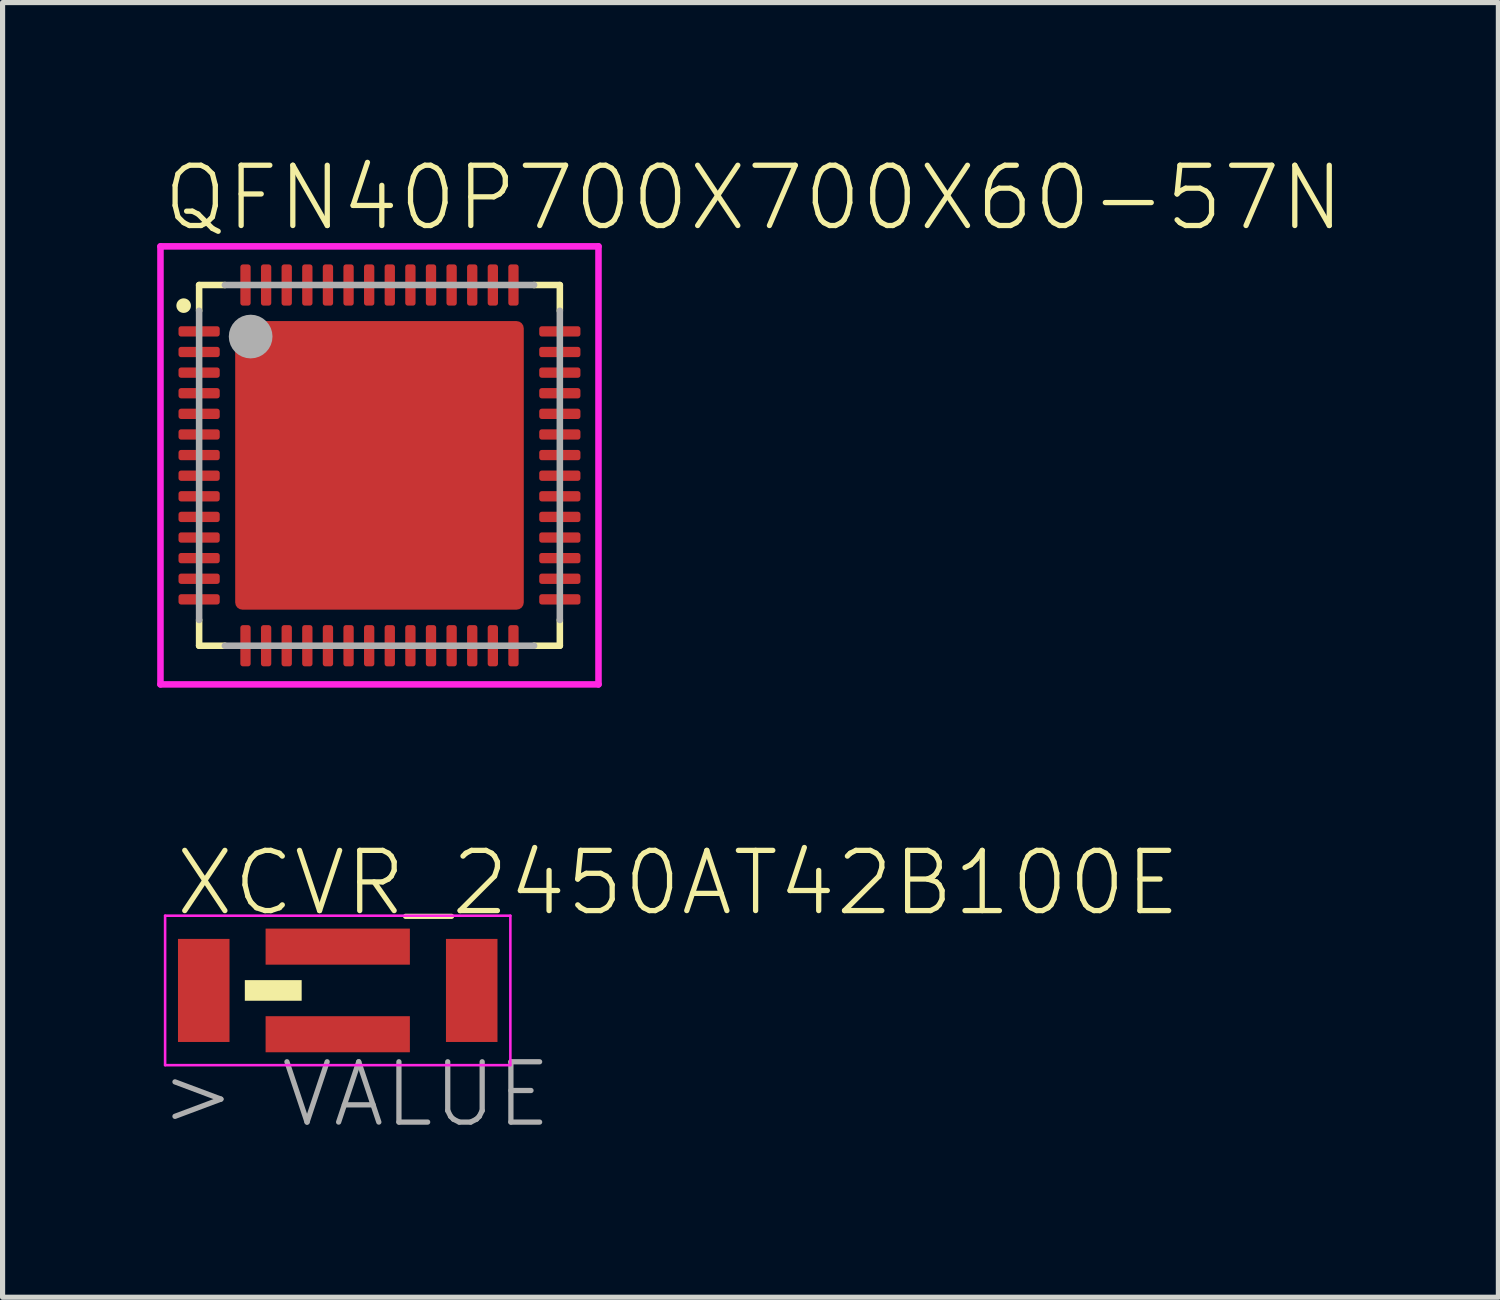
<source format=kicad_pcb>
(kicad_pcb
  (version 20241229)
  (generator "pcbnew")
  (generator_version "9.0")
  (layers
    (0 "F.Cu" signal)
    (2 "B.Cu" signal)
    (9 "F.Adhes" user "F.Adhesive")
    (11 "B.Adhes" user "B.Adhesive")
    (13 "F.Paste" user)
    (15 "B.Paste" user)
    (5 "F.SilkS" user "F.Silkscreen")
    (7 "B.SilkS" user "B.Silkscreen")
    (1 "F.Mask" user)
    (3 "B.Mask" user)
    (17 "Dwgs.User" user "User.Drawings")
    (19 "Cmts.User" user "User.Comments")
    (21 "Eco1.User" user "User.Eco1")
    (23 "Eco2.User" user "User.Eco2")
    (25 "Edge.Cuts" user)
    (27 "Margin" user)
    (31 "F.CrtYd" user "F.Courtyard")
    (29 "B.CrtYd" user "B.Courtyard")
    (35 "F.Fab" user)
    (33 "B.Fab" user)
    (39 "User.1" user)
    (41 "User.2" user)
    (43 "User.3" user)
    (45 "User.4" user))
  (footprint "QFN40P700X700X60-57N"
    (layer "F.Cu")
    (at 4.314 5.981)
    (property "Reference" "QFN40P700X700X60-57N" (at -4.256 -4.506 0) (layer "F.SilkS") (effects (font (size 1.17 1.17) (thickness 0.102)) (justify left bottom)))
    (fp_poly (pts (xy -3.957 1.553) (xy -3.05 1.553) (xy -3.05 1.25) (xy -3.957 1.25)) (stroke (width 0) (type default)) (fill yes) (layer "F.Mask"))
    (fp_poly (pts (xy -3.957 -0.451) (xy -3.05 -0.451) (xy -3.05 -0.75) (xy -3.957 -0.75)) (stroke (width 0) (type default)) (fill yes) (layer "F.Mask"))
    (fp_poly (pts (xy -3.957 -1.653) (xy -3.05 -1.653) (xy -3.05 -1.95) (xy -3.957 -1.95)) (stroke (width 0) (type default)) (fill yes) (layer "F.Mask"))
    (fp_poly (pts (xy -3.956 0.751) (xy -3.05 0.751) (xy -3.05 0.45) (xy -3.956 0.45)) (stroke (width 0) (type default)) (fill yes) (layer "F.Mask"))
    (fp_poly (pts (xy -3.956 -2.053) (xy -3.05 -2.053) (xy -3.05 -2.35) (xy -3.956 -2.35)) (stroke (width 0) (type default)) (fill yes) (layer "F.Mask"))
    (fp_poly (pts (xy -3.956 -0.851) (xy -3.05 -0.851) (xy -3.05 -1.15) (xy -3.956 -1.15)) (stroke (width 0) (type default)) (fill yes) (layer "F.Mask"))
    (fp_poly (pts (xy -3.956 -2.453) (xy -3.05 -2.453) (xy -3.05 -2.75) (xy -3.956 -2.75)) (stroke (width 0) (type default)) (fill yes) (layer "F.Mask"))
    (fp_poly (pts (xy -3.954 -0.05) (xy -3.05 -0.05) (xy -3.05 -0.35) (xy -3.954 -0.35)) (stroke (width 0) (type default)) (fill yes) (layer "F.Mask"))
    (fp_poly (pts (xy -3.954 0.35) (xy -3.05 0.35) (xy -3.05 0.05) (xy -3.954 0.05)) (stroke (width 0) (type default)) (fill yes) (layer "F.Mask"))
    (fp_poly (pts (xy -3.954 2.753) (xy -3.05 2.753) (xy -3.05 2.45) (xy -3.954 2.45)) (stroke (width 0) (type default)) (fill yes) (layer "F.Mask"))
    (fp_poly (pts (xy -3.953 1.952) (xy -3.05 1.952) (xy -3.05 1.65) (xy -3.953 1.65)) (stroke (width 0) (type default)) (fill yes) (layer "F.Mask"))
    (fp_poly (pts (xy -3.953 2.352) (xy -3.05 2.352) (xy -3.05 2.05) (xy -3.953 2.05)) (stroke (width 0) (type default)) (fill yes) (layer "F.Mask"))
    (fp_poly (pts (xy -3.952 -1.251) (xy -3.05 -1.251) (xy -3.05 -1.55) (xy -3.952 -1.55)) (stroke (width 0) (type default)) (fill yes) (layer "F.Mask"))
    (fp_poly (pts (xy -3.951 1.15) (xy -3.05 1.15) (xy -3.05 0.85) (xy -3.951 0.85)) (stroke (width 0) (type default)) (fill yes) (layer "F.Mask"))
    (fp_poly (pts (xy -2.453 -3.05) (xy -2.453 -3.953) (xy -2.75 -3.953) (xy -2.75 -3.05)) (stroke (width 0) (type default)) (fill yes) (layer "F.Mask"))
    (fp_poly (pts (xy -2.45 3.951) (xy -2.45 3.05) (xy -2.751 3.05) (xy -2.751 3.951)) (stroke (width 0) (type default)) (fill yes) (layer "F.Mask"))
    (fp_poly (pts (xy -2.052 -3.05) (xy -2.052 -3.952) (xy -2.35 -3.952) (xy -2.35 -3.05)) (stroke (width 0) (type default)) (fill yes) (layer "F.Mask"))
    (fp_poly (pts (xy -2.049 3.956) (xy -2.049 3.051) (xy -2.356 3.051) (xy -2.356 3.956)) (stroke (width 0) (type default)) (fill yes) (layer "F.Mask"))
    (fp_poly (pts (xy -1.655 -3.051) (xy -1.655 -3.955) (xy -1.949 -3.955) (xy -1.949 -3.051)) (stroke (width 0) (type default)) (fill yes) (layer "F.Mask"))
    (fp_poly (pts (xy -1.649 3.956) (xy -1.649 3.051) (xy -1.956 3.051) (xy -1.956 3.956)) (stroke (width 0) (type default)) (fill yes) (layer "F.Mask"))
    (fp_poly (pts (xy -1.252 -3.051) (xy -1.252 -3.952) (xy -1.549 -3.952) (xy -1.549 -3.051)) (stroke (width 0) (type default)) (fill yes) (layer "F.Mask"))
    (fp_poly (pts (xy -1.25 3.951) (xy -1.25 3.05) (xy -1.551 3.05) (xy -1.551 3.951)) (stroke (width 0) (type default)) (fill yes) (layer "F.Mask"))
    (fp_poly (pts (xy -0.852 -3.051) (xy -0.852 -3.952) (xy -1.149 -3.952) (xy -1.149 -3.051)) (stroke (width 0) (type default)) (fill yes) (layer "F.Mask"))
    (fp_poly (pts (xy -0.848 3.954) (xy -0.848 3.052) (xy -1.154 3.052) (xy -1.154 3.954)) (stroke (width 0) (type default)) (fill yes) (layer "F.Mask"))
    (fp_poly (pts (xy -0.451 -3.05) (xy -0.451 -3.951) (xy -0.75 -3.951) (xy -0.75 -3.05)) (stroke (width 0) (type default)) (fill yes) (layer "F.Mask"))
    (fp_poly (pts (xy -0.449 3.952) (xy -0.449 3.051) (xy -0.752 3.051) (xy -0.752 3.952)) (stroke (width 0) (type default)) (fill yes) (layer "F.Mask"))
    (fp_poly (pts (xy -0.051 -3.05) (xy -0.051 -3.951) (xy -0.35 -3.951) (xy -0.35 -3.05)) (stroke (width 0) (type default)) (fill yes) (layer "F.Mask"))
    (fp_poly (pts (xy -0.047 3.954) (xy -0.047 3.053) (xy -0.354 3.053) (xy -0.354 3.954)) (stroke (width 0) (type default)) (fill yes) (layer "F.Mask"))
    (fp_poly (pts (xy 0.349 -3.051) (xy 0.349 -3.951) (xy 0.051 -3.951) (xy 0.051 -3.051)) (stroke (width 0) (type default)) (fill yes) (layer "F.Mask"))
    (fp_poly (pts (xy 0.352 3.952) (xy 0.352 3.052) (xy 0.048 3.052) (xy 0.048 3.952)) (stroke (width 0) (type default)) (fill yes) (layer "F.Mask"))
    (fp_poly (pts (xy 0.748 -3.053) (xy 0.748 -3.952) (xy 0.453 -3.952) (xy 0.453 -3.053)) (stroke (width 0) (type default)) (fill yes) (layer "F.Mask"))
    (fp_poly (pts (xy 0.754 3.953) (xy 0.754 3.054) (xy 0.447 3.054) (xy 0.447 3.953)) (stroke (width 0) (type default)) (fill yes) (layer "F.Mask"))
    (fp_poly (pts (xy 1.148 -3.053) (xy 1.148 -3.952) (xy 0.853 -3.952) (xy 0.853 -3.053)) (stroke (width 0) (type default)) (fill yes) (layer "F.Mask"))
    (fp_poly (pts (xy 1.15 3.95) (xy 1.15 3.05) (xy 0.85 3.05) (xy 0.85 3.95)) (stroke (width 0) (type default)) (fill yes) (layer "F.Mask"))
    (fp_poly (pts (xy 1.549 -3.052) (xy 1.549 -3.951) (xy 1.252 -3.951) (xy 1.252 -3.052)) (stroke (width 0) (type default)) (fill yes) (layer "F.Mask"))
    (fp_poly (pts (xy 1.552 3.951) (xy 1.552 3.052) (xy 1.249 3.052) (xy 1.249 3.951)) (stroke (width 0) (type default)) (fill yes) (layer "F.Mask"))
    (fp_poly (pts (xy 1.95 -3.05) (xy 1.95 -3.95) (xy 1.65 -3.95) (xy 1.65 -3.05)) (stroke (width 0) (type default)) (fill yes) (layer "F.Mask"))
    (fp_poly (pts (xy 1.95 3.95) (xy 1.95 3.05) (xy 1.65 3.05) (xy 1.65 3.95)) (stroke (width 0) (type default)) (fill yes) (layer "F.Mask"))
    (fp_poly (pts (xy 2.35 -3.051) (xy 2.35 -3.95) (xy 2.051 -3.95) (xy 2.051 -3.051)) (stroke (width 0) (type default)) (fill yes) (layer "F.Mask"))
    (fp_poly (pts (xy 2.355 3.952) (xy 2.355 3.055) (xy 2.048 3.055) (xy 2.048 3.952)) (stroke (width 0) (type default)) (fill yes) (layer "F.Mask"))
    (fp_poly (pts (xy 2.749 -3.054) (xy 2.749 -3.951) (xy 2.454 -3.951) (xy 2.454 -3.054)) (stroke (width 0) (type default)) (fill yes) (layer "F.Mask"))
    (fp_poly (pts (xy 2.755 3.951) (xy 2.755 3.055) (xy 2.449 3.055) (xy 2.449 3.951)) (stroke (width 0) (type default)) (fill yes) (layer "F.Mask"))
    (fp_poly (pts (xy 3.051 2.751) (xy 3.95 2.751) (xy 3.95 2.45) (xy 3.051 2.45)) (stroke (width 0) (type default)) (fill yes) (layer "F.Mask"))
    (fp_poly (pts (xy 3.051 1.951) (xy 3.95 1.951) (xy 3.95 1.65) (xy 3.051 1.65)) (stroke (width 0) (type default)) (fill yes) (layer "F.Mask"))
    (fp_poly (pts (xy 3.051 2.351) (xy 3.95 2.351) (xy 3.95 2.05) (xy 3.051 2.05)) (stroke (width 0) (type default)) (fill yes) (layer "F.Mask"))
    (fp_poly (pts (xy 3.051 -0.05) (xy 3.95 -0.05) (xy 3.95 -0.35) (xy 3.051 -0.35)) (stroke (width 0) (type default)) (fill yes) (layer "F.Mask"))
    (fp_poly (pts (xy 3.052 -2.452) (xy 3.95 -2.452) (xy 3.95 -2.75) (xy 3.052 -2.75)) (stroke (width 0) (type default)) (fill yes) (layer "F.Mask"))
    (fp_poly (pts (xy 3.052 -0.45) (xy 3.95 -0.45) (xy 3.95 -0.75) (xy 3.052 -0.75)) (stroke (width 0) (type default)) (fill yes) (layer "F.Mask"))
    (fp_poly (pts (xy 3.053 0.751) (xy 3.95 0.751) (xy 3.95 0.45) (xy 3.053 0.45)) (stroke (width 0) (type default)) (fill yes) (layer "F.Mask"))
    (fp_poly (pts (xy 3.054 -2.053) (xy 3.95 -2.053) (xy 3.95 -2.35) (xy 3.054 -2.35)) (stroke (width 0) (type default)) (fill yes) (layer "F.Mask"))
    (fp_poly (pts (xy 3.054 -1.652) (xy 3.95 -1.652) (xy 3.95 -1.95) (xy 3.054 -1.95)) (stroke (width 0) (type default)) (fill yes) (layer "F.Mask"))
    (fp_poly (pts (xy 3.054 -1.252) (xy 3.95 -1.252) (xy 3.95 -1.55) (xy 3.054 -1.55)) (stroke (width 0) (type default)) (fill yes) (layer "F.Mask"))
    (fp_poly (pts (xy 3.055 1.152) (xy 3.95 1.152) (xy 3.95 0.85) (xy 3.055 0.85)) (stroke (width 0) (type default)) (fill yes) (layer "F.Mask"))
    (fp_poly (pts (xy 3.056 1.553) (xy 3.95 1.553) (xy 3.95 1.25) (xy 3.056 1.25)) (stroke (width 0) (type default)) (fill yes) (layer "F.Mask"))
    (fp_poly (pts (xy 3.056 -0.852) (xy 3.95 -0.852) (xy 3.95 -1.15) (xy 3.056 -1.15)) (stroke (width 0) (type default)) (fill yes) (layer "F.Mask"))
    (fp_poly (pts (xy 3.056 0.351) (xy 3.95 0.351) (xy 3.95 0.05) (xy 3.056 0.05)) (stroke (width 0) (type default)) (fill yes) (layer "F.Mask"))
    (fp_line (start -3.5 -3.5) (end -3.5 -3) (stroke (width 0.127) (type solid)) (layer "F.SilkS"))
    (fp_line (start -3.5 3) (end -3.5 3.5) (stroke (width 0.127) (type solid)) (layer "F.SilkS"))
    (fp_line (start -3.5 3.5) (end -3 3.5) (stroke (width 0.127) (type solid)) (layer "F.SilkS"))
    (fp_line (start -3 -3.5) (end -3.5 -3.5) (stroke (width 0.127) (type solid)) (layer "F.SilkS"))
    (fp_line (start 3 -3.5) (end 3.5 -3.5) (stroke (width 0.127) (type solid)) (layer "F.SilkS"))
    (fp_line (start 3.5 -3.5) (end 3.5 -3) (stroke (width 0.127) (type solid)) (layer "F.SilkS"))
    (fp_line (start 3.5 3) (end 3.5 3.5) (stroke (width 0.127) (type solid)) (layer "F.SilkS"))
    (fp_line (start 3.5 3.5) (end 3 3.5) (stroke (width 0.127) (type solid)) (layer "F.SilkS"))
    (fp_circle (center -3.8 -3.1) (end -3.729 -3.1) (stroke (width 0.141) (type solid)) (fill yes) (layer "F.SilkS"))
    (fp_poly (pts (xy -1.772 1.772) (xy 1.77 1.772) (xy 1.77 -1.77) (xy -1.772 -1.77)) (stroke (width 0) (type default)) (fill yes) (layer "F.Paste"))
    (fp_line (start -4.25 -4.25) (end 4.25 -4.25) (stroke (width 0.127) (type solid)) (layer "F.CrtYd"))
    (fp_line (start -4.25 4.25) (end -4.25 -4.25) (stroke (width 0.127) (type solid)) (layer "F.CrtYd"))
    (fp_line (start 4.25 -4.25) (end 4.25 4.25) (stroke (width 0.127) (type solid)) (layer "F.CrtYd"))
    (fp_line (start 4.25 4.25) (end -4.25 4.25) (stroke (width 0.127) (type solid)) (layer "F.CrtYd"))
    (fp_line (start -3.5 3) (end -3.5 -3) (stroke (width 0.127) (type solid)) (layer "F.Fab"))
    (fp_line (start -3 -3.5) (end 3 -3.5) (stroke (width 0.127) (type solid)) (layer "F.Fab"))
    (fp_line (start 3 3.5) (end -3 3.5) (stroke (width 0.127) (type solid)) (layer "F.Fab"))
    (fp_line (start 3.5 -3) (end 3.5 3) (stroke (width 0.127) (type solid)) (layer "F.Fab"))
    (fp_circle (center -2.5 -2.5) (end -2.288 -2.5) (stroke (width 0.424) (type solid)) (fill no) (layer "F.Fab"))
    (pad "1" smd roundrect (at -3.5 -2.6) (size 0.8 0.2) (layers "F.Cu" "F.Paste") (roundrect_rratio 0.25))
    (pad "2" smd roundrect (at -3.5 -2.2) (size 0.8 0.2) (layers "F.Cu" "F.Paste") (roundrect_rratio 0.25))
    (pad "3" smd roundrect (at -3.5 -1.8) (size 0.8 0.2) (layers "F.Cu" "F.Paste") (roundrect_rratio 0.25))
    (pad "4" smd roundrect (at -3.5 -1.4) (size 0.8 0.2) (layers "F.Cu" "F.Paste") (roundrect_rratio 0.25))
    (pad "5" smd roundrect (at -3.5 -1) (size 0.8 0.2) (layers "F.Cu" "F.Paste") (roundrect_rratio 0.25))
    (pad "6" smd roundrect (at -3.5 -0.6) (size 0.8 0.2) (layers "F.Cu" "F.Paste") (roundrect_rratio 0.25))
    (pad "7" smd roundrect (at -3.5 -0.2) (size 0.8 0.2) (layers "F.Cu" "F.Paste") (roundrect_rratio 0.25))
    (pad "8" smd roundrect (at -3.5 0.2) (size 0.8 0.2) (layers "F.Cu" "F.Paste") (roundrect_rratio 0.25))
    (pad "9" smd roundrect (at -3.5 0.6) (size 0.8 0.2) (layers "F.Cu" "F.Paste") (roundrect_rratio 0.25))
    (pad "10" smd roundrect (at -3.5 1) (size 0.8 0.2) (layers "F.Cu" "F.Paste") (roundrect_rratio 0.25))
    (pad "11" smd roundrect (at -3.5 1.4) (size 0.8 0.2) (layers "F.Cu" "F.Paste") (roundrect_rratio 0.25))
    (pad "12" smd roundrect (at -3.5 1.8) (size 0.8 0.2) (layers "F.Cu" "F.Paste") (roundrect_rratio 0.25))
    (pad "13" smd roundrect (at -3.5 2.2) (size 0.8 0.2) (layers "F.Cu" "F.Paste") (roundrect_rratio 0.25))
    (pad "14" smd roundrect (at -3.5 2.6) (size 0.8 0.2) (layers "F.Cu" "F.Paste") (roundrect_rratio 0.25))
    (pad "15" smd roundrect (at -2.6 3.5 90) (size 0.8 0.2) (layers "F.Cu" "F.Paste") (roundrect_rratio 0.25))
    (pad "16" smd roundrect (at -2.2 3.5 90) (size 0.8 0.2) (layers "F.Cu" "F.Paste") (roundrect_rratio 0.25))
    (pad "17" smd roundrect (at -1.8 3.5 90) (size 0.8 0.2) (layers "F.Cu" "F.Paste") (roundrect_rratio 0.25))
    (pad "18" smd roundrect (at -1.4 3.5 90) (size 0.8 0.2) (layers "F.Cu" "F.Paste") (roundrect_rratio 0.25))
    (pad "19" smd roundrect (at -1 3.5 90) (size 0.8 0.2) (layers "F.Cu" "F.Paste") (roundrect_rratio 0.25))
    (pad "20" smd roundrect (at -0.6 3.5 90) (size 0.8 0.2) (layers "F.Cu" "F.Paste") (roundrect_rratio 0.25))
    (pad "21" smd roundrect (at -0.2 3.5 90) (size 0.8 0.2) (layers "F.Cu" "F.Paste") (roundrect_rratio 0.25))
    (pad "22" smd roundrect (at 0.2 3.5 90) (size 0.8 0.2) (layers "F.Cu" "F.Paste") (roundrect_rratio 0.25))
    (pad "23" smd roundrect (at 0.6 3.5 90) (size 0.8 0.2) (layers "F.Cu" "F.Paste") (roundrect_rratio 0.25))
    (pad "24" smd roundrect (at 1 3.5 90) (size 0.8 0.2) (layers "F.Cu" "F.Paste") (roundrect_rratio 0.25))
    (pad "25" smd roundrect (at 1.4 3.5 90) (size 0.8 0.2) (layers "F.Cu" "F.Paste") (roundrect_rratio 0.25))
    (pad "26" smd roundrect (at 1.8 3.5 90) (size 0.8 0.2) (layers "F.Cu" "F.Paste") (roundrect_rratio 0.25))
    (pad "27" smd roundrect (at 2.2 3.5 90) (size 0.8 0.2) (layers "F.Cu" "F.Paste") (roundrect_rratio 0.25))
    (pad "28" smd roundrect (at 2.6 3.5 90) (size 0.8 0.2) (layers "F.Cu" "F.Paste") (roundrect_rratio 0.25))
    (pad "29" smd roundrect (at 3.5 2.6 180) (size 0.8 0.2) (layers "F.Cu" "F.Paste") (roundrect_rratio 0.25))
    (pad "30" smd roundrect (at 3.5 2.2 180) (size 0.8 0.2) (layers "F.Cu" "F.Paste") (roundrect_rratio 0.25))
    (pad "31" smd roundrect (at 3.5 1.8 180) (size 0.8 0.2) (layers "F.Cu" "F.Paste") (roundrect_rratio 0.25))
    (pad "32" smd roundrect (at 3.5 1.4 180) (size 0.8 0.2) (layers "F.Cu" "F.Paste") (roundrect_rratio 0.25))
    (pad "33" smd roundrect (at 3.5 1 180) (size 0.8 0.2) (layers "F.Cu" "F.Paste") (roundrect_rratio 0.25))
    (pad "34" smd roundrect (at 3.5 0.6 180) (size 0.8 0.2) (layers "F.Cu" "F.Paste") (roundrect_rratio 0.25))
    (pad "35" smd roundrect (at 3.5 0.2 180) (size 0.8 0.2) (layers "F.Cu" "F.Paste") (roundrect_rratio 0.25))
    (pad "36" smd roundrect (at 3.5 -0.2 180) (size 0.8 0.2) (layers "F.Cu" "F.Paste") (roundrect_rratio 0.25))
    (pad "37" smd roundrect (at 3.5 -0.6 180) (size 0.8 0.2) (layers "F.Cu" "F.Paste") (roundrect_rratio 0.25))
    (pad "38" smd roundrect (at 3.5 -1 180) (size 0.8 0.2) (layers "F.Cu" "F.Paste") (roundrect_rratio 0.25))
    (pad "39" smd roundrect (at 3.5 -1.4 180) (size 0.8 0.2) (layers "F.Cu" "F.Paste") (roundrect_rratio 0.25))
    (pad "40" smd roundrect (at 3.5 -1.8 180) (size 0.8 0.2) (layers "F.Cu" "F.Paste") (roundrect_rratio 0.25))
    (pad "41" smd roundrect (at 3.5 -2.2 180) (size 0.8 0.2) (layers "F.Cu" "F.Paste") (roundrect_rratio 0.25))
    (pad "42" smd roundrect (at 3.5 -2.6 180) (size 0.8 0.2) (layers "F.Cu" "F.Paste") (roundrect_rratio 0.25))
    (pad "43" smd roundrect (at 2.6 -3.5 270) (size 0.8 0.2) (layers "F.Cu" "F.Paste") (roundrect_rratio 0.25))
    (pad "44" smd roundrect (at 2.2 -3.5 270) (size 0.8 0.2) (layers "F.Cu" "F.Paste") (roundrect_rratio 0.25))
    (pad "45" smd roundrect (at 1.8 -3.5 270) (size 0.8 0.2) (layers "F.Cu" "F.Paste") (roundrect_rratio 0.25))
    (pad "46" smd roundrect (at 1.4 -3.5 270) (size 0.8 0.2) (layers "F.Cu" "F.Paste") (roundrect_rratio 0.25))
    (pad "47" smd roundrect (at 1 -3.5 270) (size 0.8 0.2) (layers "F.Cu" "F.Paste") (roundrect_rratio 0.25))
    (pad "48" smd roundrect (at 0.6 -3.5 270) (size 0.8 0.2) (layers "F.Cu" "F.Paste") (roundrect_rratio 0.25))
    (pad "49" smd roundrect (at 0.2 -3.5 270) (size 0.8 0.2) (layers "F.Cu" "F.Paste") (roundrect_rratio 0.25))
    (pad "50" smd roundrect (at -0.2 -3.5 270) (size 0.8 0.2) (layers "F.Cu" "F.Paste") (roundrect_rratio 0.25))
    (pad "51" smd roundrect (at -0.6 -3.5 270) (size 0.8 0.2) (layers "F.Cu" "F.Paste") (roundrect_rratio 0.25))
    (pad "52" smd roundrect (at -1 -3.5 270) (size 0.8 0.2) (layers "F.Cu" "F.Paste") (roundrect_rratio 0.25))
    (pad "53" smd roundrect (at -1.4 -3.5 270) (size 0.8 0.2) (layers "F.Cu" "F.Paste") (roundrect_rratio 0.25))
    (pad "54" smd roundrect (at -1.8 -3.5 270) (size 0.8 0.2) (layers "F.Cu" "F.Paste") (roundrect_rratio 0.25))
    (pad "55" smd roundrect (at -2.2 -3.5 270) (size 0.8 0.2) (layers "F.Cu" "F.Paste") (roundrect_rratio 0.25))
    (pad "56" smd roundrect (at -2.6 -3.5 270) (size 0.8 0.2) (layers "F.Cu" "F.Paste") (roundrect_rratio 0.25))
    (pad "57" smd roundrect (at 0 0) (size 5.6 5.6) (layers "F.Cu" "F.Mask") (roundrect_rratio 0.025)))
  (footprint "XCVR_2450AT42B100E"
    (layer "F.Cu")
    (at 3.504 16.17)
    (property "Reference" "XCVR_2450AT42B100E" (at -3.203 -1.401 0) (layer "F.SilkS") (effects (font (size 1.169 1.169) (thickness 0.102)) (justify left bottom)))
    (fp_poly (pts (xy -1.803 0.2) (xy -0.7 0.2) (xy -0.7 -0.2) (xy -1.803 -0.2)) (stroke (width 0) (type default)) (fill yes) (layer "F.SilkS"))
    (fp_line (start -3.35 -1.45) (end 3.35 -1.45) (stroke (width 0.05) (type solid)) (layer "F.CrtYd"))
    (fp_line (start -3.35 1.45) (end -3.35 -1.45) (stroke (width 0.05) (type solid)) (layer "F.CrtYd"))
    (fp_line (start 3.35 -1.45) (end 3.35 1.45) (stroke (width 0.05) (type solid)) (layer "F.CrtYd"))
    (fp_line (start 3.35 1.45) (end -3.35 1.45) (stroke (width 0.05) (type solid)) (layer "F.CrtYd"))
    (fp_text user "> VALUE" (at -3.504 2.703 0) (layer "F.Fab") (effects (font (size 1.17 1.17) (thickness 0.102)) (justify left bottom)))
    (pad "1" smd rect (at -2.6 0) (size 1 2) (layers "F.Cu" "F.Mask" "F.Paste"))
    (pad "2" smd rect (at 2.6 0) (size 1 2) (layers "F.Cu" "F.Mask" "F.Paste"))
    (pad "3" smd rect (at 0 0.85) (size 2.8 0.7) (layers "F.Cu" "F.Mask" "F.Paste"))
    (pad "4" smd rect (at 0 -0.85) (size 2.8 0.7) (layers "F.Cu" "F.Mask" "F.Paste")))
  (gr_rect
    (start -3 -3)
    (end 26.027 22.124)
    (stroke (width 0.1) (type default))
    (fill no)
    (layer "Edge.Cuts")))
</source>
